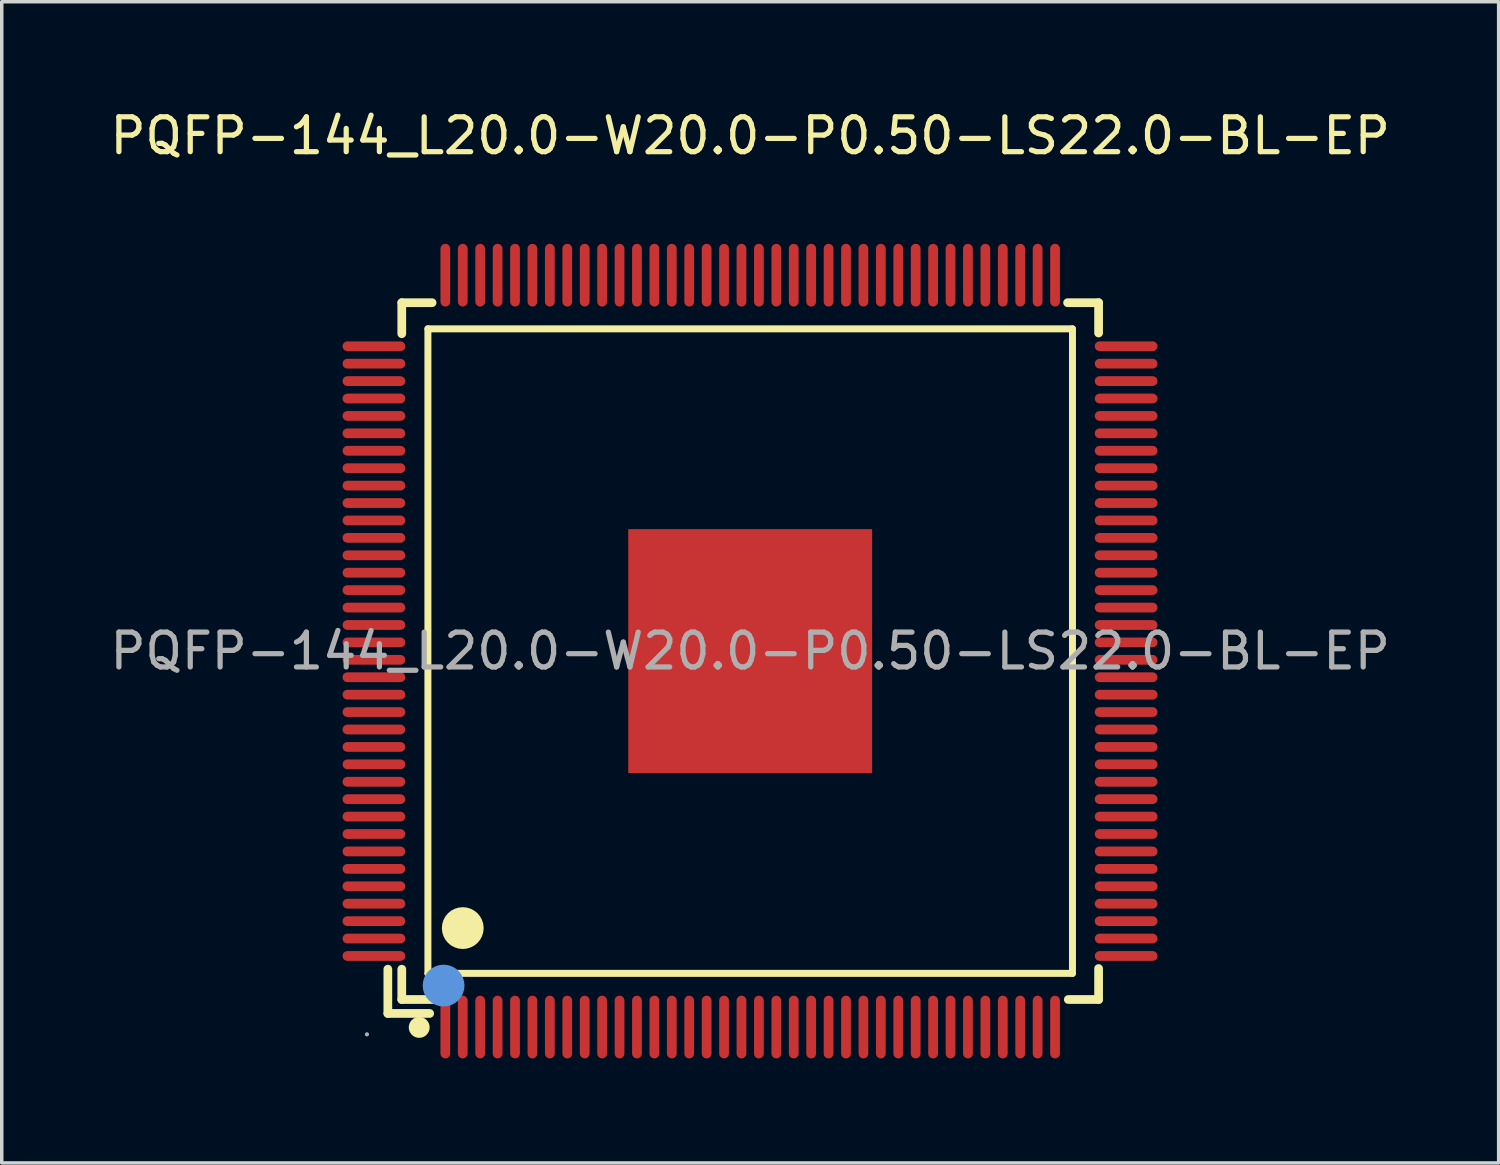
<source format=kicad_pcb>
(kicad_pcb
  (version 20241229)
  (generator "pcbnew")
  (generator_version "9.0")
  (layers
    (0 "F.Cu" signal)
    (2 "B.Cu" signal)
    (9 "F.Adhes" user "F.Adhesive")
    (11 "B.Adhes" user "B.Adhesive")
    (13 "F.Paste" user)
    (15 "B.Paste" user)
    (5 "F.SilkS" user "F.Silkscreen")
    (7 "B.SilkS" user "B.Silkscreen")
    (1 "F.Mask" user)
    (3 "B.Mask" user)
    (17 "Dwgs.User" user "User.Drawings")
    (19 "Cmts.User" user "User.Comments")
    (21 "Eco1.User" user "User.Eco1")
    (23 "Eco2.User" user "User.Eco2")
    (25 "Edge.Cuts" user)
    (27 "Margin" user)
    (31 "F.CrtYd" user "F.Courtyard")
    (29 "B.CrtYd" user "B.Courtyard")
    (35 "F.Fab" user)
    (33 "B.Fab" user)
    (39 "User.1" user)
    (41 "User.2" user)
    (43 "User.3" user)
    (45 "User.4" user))
  (footprint "PQFP-144_L20.0-W20.0-P0.50-LS22.0-BL-EP"
    (layer "F.Cu")
    (at 18.482 15.638)
    (property "Reference" "PQFP-144_L20.0-W20.0-P0.50-LS22.0-BL-EP" (at 0 -14.79 0) (layer "F.SilkS") (effects (font (size 1 1) (thickness 0.15))))
    (attr through_hole)
    (fp_line (start -10.4 9.13) (end -10.4 10.4) (stroke (width 0.25) (type solid)) (layer "F.SilkS"))
    (fp_line (start -10.4 10.4) (end -9.2 10.4) (stroke (width 0.25) (type solid)) (layer "F.SilkS"))
    (fp_line (start -10 -10) (end -10 -9.11) (stroke (width 0.25) (type solid)) (layer "F.SilkS"))
    (fp_line (start -10 9.13) (end -10 10) (stroke (width 0.25) (type solid)) (layer "F.SilkS"))
    (fp_line (start -10 10) (end -9.11 10) (stroke (width 0.25) (type solid)) (layer "F.SilkS"))
    (fp_line (start -9.25 -9.25) (end 9.25 -9.25) (stroke (width 0.2) (type solid)) (layer "F.SilkS"))
    (fp_line (start -9.25 9.25) (end -9.25 -9.25) (stroke (width 0.2) (type solid)) (layer "F.SilkS"))
    (fp_line (start -9.13 -10) (end -10 -10) (stroke (width 0.25) (type solid)) (layer "F.SilkS"))
    (fp_line (start 9.13 10) (end 10 10) (stroke (width 0.25) (type solid)) (layer "F.SilkS"))
    (fp_line (start 9.25 -9.25) (end 9.25 9.25) (stroke (width 0.2) (type solid)) (layer "F.SilkS"))
    (fp_line (start 9.25 9.25) (end -9.25 9.25) (stroke (width 0.2) (type solid)) (layer "F.SilkS"))
    (fp_line (start 10 -10) (end 9.11 -10) (stroke (width 0.25) (type solid)) (layer "F.SilkS"))
    (fp_line (start 10 -9.13) (end 10 -10) (stroke (width 0.25) (type solid)) (layer "F.SilkS"))
    (fp_line (start 10 10) (end 10 9.11) (stroke (width 0.25) (type solid)) (layer "F.SilkS"))
    (fp_arc (start -9.5 10.8) (mid -9.5 10.8) (end -9.5 10.8) (stroke (width 0.3) (type solid)) (layer "F.SilkS"))
    (fp_arc (start -8.25 7.95) (mid -8.25 7.95) (end -8.25 7.95) (stroke (width 0.6) (type solid)) (layer "F.SilkS"))
    (fp_circle (center -8.8 9.6) (end -8.5 9.6) (stroke (width 0.6) (type solid)) (fill no) (layer "Cmts.User"))
    (fp_circle (center -11 11) (end -10.97 11) (stroke (width 0.06) (type solid)) (fill no) (layer "F.Fab"))
    (fp_text user "${REFERENCE}" (at 0 0 0) (layer "F.Fab") (effects (font (size 1 1) (thickness 0.15))))
    (pad "1" smd oval (at -8.75 10.79 180) (size 0.28 1.8) (layers "F.Cu" "F.Mask" "F.Paste"))
    (pad "2" smd oval (at -8.25 10.79 180) (size 0.28 1.8) (layers "F.Cu" "F.Mask" "F.Paste"))
    (pad "3" smd oval (at -7.75 10.79 180) (size 0.28 1.8) (layers "F.Cu" "F.Mask" "F.Paste"))
    (pad "4" smd oval (at -7.25 10.79 180) (size 0.28 1.8) (layers "F.Cu" "F.Mask" "F.Paste"))
    (pad "5" smd oval (at -6.75 10.79 180) (size 0.28 1.8) (layers "F.Cu" "F.Mask" "F.Paste"))
    (pad "6" smd oval (at -6.25 10.79 180) (size 0.28 1.8) (layers "F.Cu" "F.Mask" "F.Paste"))
    (pad "7" smd oval (at -5.75 10.79 180) (size 0.28 1.8) (layers "F.Cu" "F.Mask" "F.Paste"))
    (pad "8" smd oval (at -5.25 10.79 180) (size 0.28 1.8) (layers "F.Cu" "F.Mask" "F.Paste"))
    (pad "9" smd oval (at -4.75 10.79 180) (size 0.28 1.8) (layers "F.Cu" "F.Mask" "F.Paste"))
    (pad "10" smd oval (at -4.25 10.79 180) (size 0.28 1.8) (layers "F.Cu" "F.Mask" "F.Paste"))
    (pad "11" smd oval (at -3.75 10.79 180) (size 0.28 1.8) (layers "F.Cu" "F.Mask" "F.Paste"))
    (pad "12" smd oval (at -3.25 10.79 180) (size 0.28 1.8) (layers "F.Cu" "F.Mask" "F.Paste"))
    (pad "13" smd oval (at -2.75 10.79 180) (size 0.28 1.8) (layers "F.Cu" "F.Mask" "F.Paste"))
    (pad "14" smd oval (at -2.25 10.79 180) (size 0.28 1.8) (layers "F.Cu" "F.Mask" "F.Paste"))
    (pad "15" smd oval (at -1.75 10.79 180) (size 0.28 1.8) (layers "F.Cu" "F.Mask" "F.Paste"))
    (pad "16" smd oval (at -1.25 10.79 180) (size 0.28 1.8) (layers "F.Cu" "F.Mask" "F.Paste"))
    (pad "17" smd oval (at -0.75 10.79 180) (size 0.28 1.8) (layers "F.Cu" "F.Mask" "F.Paste"))
    (pad "18" smd oval (at -0.25 10.79 180) (size 0.28 1.8) (layers "F.Cu" "F.Mask" "F.Paste"))
    (pad "19" smd oval (at 0.25 10.79 180) (size 0.28 1.8) (layers "F.Cu" "F.Mask" "F.Paste"))
    (pad "20" smd oval (at 0.75 10.79 180) (size 0.28 1.8) (layers "F.Cu" "F.Mask" "F.Paste"))
    (pad "21" smd oval (at 1.25 10.79 180) (size 0.28 1.8) (layers "F.Cu" "F.Mask" "F.Paste"))
    (pad "22" smd oval (at 1.75 10.79 180) (size 0.28 1.8) (layers "F.Cu" "F.Mask" "F.Paste"))
    (pad "23" smd oval (at 2.25 10.79 180) (size 0.28 1.8) (layers "F.Cu" "F.Mask" "F.Paste"))
    (pad "24" smd oval (at 2.75 10.79 180) (size 0.28 1.8) (layers "F.Cu" "F.Mask" "F.Paste"))
    (pad "25" smd oval (at 3.25 10.79 180) (size 0.28 1.8) (layers "F.Cu" "F.Mask" "F.Paste"))
    (pad "26" smd oval (at 3.75 10.79 180) (size 0.28 1.8) (layers "F.Cu" "F.Mask" "F.Paste"))
    (pad "27" smd oval (at 4.25 10.79 180) (size 0.28 1.8) (layers "F.Cu" "F.Mask" "F.Paste"))
    (pad "28" smd oval (at 4.75 10.79 180) (size 0.28 1.8) (layers "F.Cu" "F.Mask" "F.Paste"))
    (pad "29" smd oval (at 5.25 10.79 180) (size 0.28 1.8) (layers "F.Cu" "F.Mask" "F.Paste"))
    (pad "30" smd oval (at 5.75 10.79 180) (size 0.28 1.8) (layers "F.Cu" "F.Mask" "F.Paste"))
    (pad "31" smd oval (at 6.25 10.79 180) (size 0.28 1.8) (layers "F.Cu" "F.Mask" "F.Paste"))
    (pad "32" smd oval (at 6.75 10.79 180) (size 0.28 1.8) (layers "F.Cu" "F.Mask" "F.Paste"))
    (pad "33" smd oval (at 7.25 10.79 180) (size 0.28 1.8) (layers "F.Cu" "F.Mask" "F.Paste"))
    (pad "34" smd oval (at 7.75 10.79 180) (size 0.28 1.8) (layers "F.Cu" "F.Mask" "F.Paste"))
    (pad "35" smd oval (at 8.25 10.79 180) (size 0.28 1.8) (layers "F.Cu" "F.Mask" "F.Paste"))
    (pad "36" smd oval (at 8.75 10.79 180) (size 0.28 1.8) (layers "F.Cu" "F.Mask" "F.Paste"))
    (pad "37" smd oval (at 10.79 8.75 90) (size 0.28 1.8) (layers "F.Cu" "F.Mask" "F.Paste"))
    (pad "38" smd oval (at 10.79 8.25 90) (size 0.28 1.8) (layers "F.Cu" "F.Mask" "F.Paste"))
    (pad "39" smd oval (at 10.79 7.75 90) (size 0.28 1.8) (layers "F.Cu" "F.Mask" "F.Paste"))
    (pad "40" smd oval (at 10.79 7.25 90) (size 0.28 1.8) (layers "F.Cu" "F.Mask" "F.Paste"))
    (pad "41" smd oval (at 10.79 6.75 90) (size 0.28 1.8) (layers "F.Cu" "F.Mask" "F.Paste"))
    (pad "42" smd oval (at 10.79 6.25 90) (size 0.28 1.8) (layers "F.Cu" "F.Mask" "F.Paste"))
    (pad "43" smd oval (at 10.79 5.75 90) (size 0.28 1.8) (layers "F.Cu" "F.Mask" "F.Paste"))
    (pad "44" smd oval (at 10.79 5.25 90) (size 0.28 1.8) (layers "F.Cu" "F.Mask" "F.Paste"))
    (pad "45" smd oval (at 10.79 4.75 90) (size 0.28 1.8) (layers "F.Cu" "F.Mask" "F.Paste"))
    (pad "46" smd oval (at 10.79 4.25 90) (size 0.28 1.8) (layers "F.Cu" "F.Mask" "F.Paste"))
    (pad "47" smd oval (at 10.79 3.75 90) (size 0.28 1.8) (layers "F.Cu" "F.Mask" "F.Paste"))
    (pad "48" smd oval (at 10.79 3.25 90) (size 0.28 1.8) (layers "F.Cu" "F.Mask" "F.Paste"))
    (pad "49" smd oval (at 10.79 2.75 90) (size 0.28 1.8) (layers "F.Cu" "F.Mask" "F.Paste"))
    (pad "50" smd oval (at 10.79 2.25 90) (size 0.28 1.8) (layers "F.Cu" "F.Mask" "F.Paste"))
    (pad "51" smd oval (at 10.79 1.75 90) (size 0.28 1.8) (layers "F.Cu" "F.Mask" "F.Paste"))
    (pad "52" smd oval (at 10.79 1.25 90) (size 0.28 1.8) (layers "F.Cu" "F.Mask" "F.Paste"))
    (pad "53" smd oval (at 10.79 0.75 90) (size 0.28 1.8) (layers "F.Cu" "F.Mask" "F.Paste"))
    (pad "54" smd oval (at 10.79 0.25 90) (size 0.28 1.8) (layers "F.Cu" "F.Mask" "F.Paste"))
    (pad "55" smd oval (at 10.79 -0.25 90) (size 0.28 1.8) (layers "F.Cu" "F.Mask" "F.Paste"))
    (pad "56" smd oval (at 10.79 -0.75 90) (size 0.28 1.8) (layers "F.Cu" "F.Mask" "F.Paste"))
    (pad "57" smd oval (at 10.79 -1.25 90) (size 0.28 1.8) (layers "F.Cu" "F.Mask" "F.Paste"))
    (pad "58" smd oval (at 10.79 -1.75 90) (size 0.28 1.8) (layers "F.Cu" "F.Mask" "F.Paste"))
    (pad "59" smd oval (at 10.79 -2.25 90) (size 0.28 1.8) (layers "F.Cu" "F.Mask" "F.Paste"))
    (pad "60" smd oval (at 10.79 -2.75 90) (size 0.28 1.8) (layers "F.Cu" "F.Mask" "F.Paste"))
    (pad "61" smd oval (at 10.79 -3.25 90) (size 0.28 1.8) (layers "F.Cu" "F.Mask" "F.Paste"))
    (pad "62" smd oval (at 10.79 -3.75 90) (size 0.28 1.8) (layers "F.Cu" "F.Mask" "F.Paste"))
    (pad "63" smd oval (at 10.79 -4.25 90) (size 0.28 1.8) (layers "F.Cu" "F.Mask" "F.Paste"))
    (pad "64" smd oval (at 10.79 -4.75 90) (size 0.28 1.8) (layers "F.Cu" "F.Mask" "F.Paste"))
    (pad "65" smd oval (at 10.79 -5.25 90) (size 0.28 1.8) (layers "F.Cu" "F.Mask" "F.Paste"))
    (pad "66" smd oval (at 10.79 -5.75 90) (size 0.28 1.8) (layers "F.Cu" "F.Mask" "F.Paste"))
    (pad "67" smd oval (at 10.79 -6.25 90) (size 0.28 1.8) (layers "F.Cu" "F.Mask" "F.Paste"))
    (pad "68" smd oval (at 10.79 -6.75 90) (size 0.28 1.8) (layers "F.Cu" "F.Mask" "F.Paste"))
    (pad "69" smd oval (at 10.79 -7.25 90) (size 0.28 1.8) (layers "F.Cu" "F.Mask" "F.Paste"))
    (pad "70" smd oval (at 10.79 -7.75 90) (size 0.28 1.8) (layers "F.Cu" "F.Mask" "F.Paste"))
    (pad "71" smd oval (at 10.79 -8.25 90) (size 0.28 1.8) (layers "F.Cu" "F.Mask" "F.Paste"))
    (pad "72" smd oval (at 10.79 -8.75 90) (size 0.28 1.8) (layers "F.Cu" "F.Mask" "F.Paste"))
    (pad "73" smd oval (at 8.75 -10.79 180) (size 0.28 1.8) (layers "F.Cu" "F.Mask" "F.Paste"))
    (pad "74" smd oval (at 8.25 -10.79 180) (size 0.28 1.8) (layers "F.Cu" "F.Mask" "F.Paste"))
    (pad "75" smd oval (at 7.75 -10.79 180) (size 0.28 1.8) (layers "F.Cu" "F.Mask" "F.Paste"))
    (pad "76" smd oval (at 7.25 -10.79 180) (size 0.28 1.8) (layers "F.Cu" "F.Mask" "F.Paste"))
    (pad "77" smd oval (at 6.75 -10.79 180) (size 0.28 1.8) (layers "F.Cu" "F.Mask" "F.Paste"))
    (pad "78" smd oval (at 6.25 -10.79 180) (size 0.28 1.8) (layers "F.Cu" "F.Mask" "F.Paste"))
    (pad "79" smd oval (at 5.75 -10.79 180) (size 0.28 1.8) (layers "F.Cu" "F.Mask" "F.Paste"))
    (pad "80" smd oval (at 5.25 -10.79 180) (size 0.28 1.8) (layers "F.Cu" "F.Mask" "F.Paste"))
    (pad "81" smd oval (at 4.75 -10.79 180) (size 0.28 1.8) (layers "F.Cu" "F.Mask" "F.Paste"))
    (pad "82" smd oval (at 4.25 -10.79 180) (size 0.28 1.8) (layers "F.Cu" "F.Mask" "F.Paste"))
    (pad "83" smd oval (at 3.75 -10.79 180) (size 0.28 1.8) (layers "F.Cu" "F.Mask" "F.Paste"))
    (pad "84" smd oval (at 3.25 -10.79 180) (size 0.28 1.8) (layers "F.Cu" "F.Mask" "F.Paste"))
    (pad "85" smd oval (at 2.75 -10.79 180) (size 0.28 1.8) (layers "F.Cu" "F.Mask" "F.Paste"))
    (pad "86" smd oval (at 2.25 -10.79 180) (size 0.28 1.8) (layers "F.Cu" "F.Mask" "F.Paste"))
    (pad "87" smd oval (at 1.75 -10.79 180) (size 0.28 1.8) (layers "F.Cu" "F.Mask" "F.Paste"))
    (pad "88" smd oval (at 1.25 -10.79 180) (size 0.28 1.8) (layers "F.Cu" "F.Mask" "F.Paste"))
    (pad "89" smd oval (at 0.75 -10.79 180) (size 0.28 1.8) (layers "F.Cu" "F.Mask" "F.Paste"))
    (pad "90" smd oval (at 0.25 -10.79 180) (size 0.28 1.8) (layers "F.Cu" "F.Mask" "F.Paste"))
    (pad "91" smd oval (at -0.25 -10.79 180) (size 0.28 1.8) (layers "F.Cu" "F.Mask" "F.Paste"))
    (pad "92" smd oval (at -0.75 -10.79 180) (size 0.28 1.8) (layers "F.Cu" "F.Mask" "F.Paste"))
    (pad "93" smd oval (at -1.25 -10.79 180) (size 0.28 1.8) (layers "F.Cu" "F.Mask" "F.Paste"))
    (pad "94" smd oval (at -1.75 -10.79 180) (size 0.28 1.8) (layers "F.Cu" "F.Mask" "F.Paste"))
    (pad "95" smd oval (at -2.25 -10.79 180) (size 0.28 1.8) (layers "F.Cu" "F.Mask" "F.Paste"))
    (pad "96" smd oval (at -2.75 -10.79 180) (size 0.28 1.8) (layers "F.Cu" "F.Mask" "F.Paste"))
    (pad "97" smd oval (at -3.25 -10.79 180) (size 0.28 1.8) (layers "F.Cu" "F.Mask" "F.Paste"))
    (pad "98" smd oval (at -3.75 -10.79 180) (size 0.28 1.8) (layers "F.Cu" "F.Mask" "F.Paste"))
    (pad "99" smd oval (at -4.25 -10.79 180) (size 0.28 1.8) (layers "F.Cu" "F.Mask" "F.Paste"))
    (pad "100" smd oval (at -4.75 -10.79 180) (size 0.28 1.8) (layers "F.Cu" "F.Mask" "F.Paste"))
    (pad "101" smd oval (at -5.25 -10.79 180) (size 0.28 1.8) (layers "F.Cu" "F.Mask" "F.Paste"))
    (pad "102" smd oval (at -5.75 -10.79 180) (size 0.28 1.8) (layers "F.Cu" "F.Mask" "F.Paste"))
    (pad "103" smd oval (at -6.25 -10.79 180) (size 0.28 1.8) (layers "F.Cu" "F.Mask" "F.Paste"))
    (pad "104" smd oval (at -6.75 -10.79 180) (size 0.28 1.8) (layers "F.Cu" "F.Mask" "F.Paste"))
    (pad "105" smd oval (at -7.25 -10.79 180) (size 0.28 1.8) (layers "F.Cu" "F.Mask" "F.Paste"))
    (pad "106" smd oval (at -7.75 -10.79 180) (size 0.28 1.8) (layers "F.Cu" "F.Mask" "F.Paste"))
    (pad "107" smd oval (at -8.25 -10.79 180) (size 0.28 1.8) (layers "F.Cu" "F.Mask" "F.Paste"))
    (pad "108" smd oval (at -8.75 -10.79 180) (size 0.28 1.8) (layers "F.Cu" "F.Mask" "F.Paste"))
    (pad "109" smd oval (at -10.8 -8.75 90) (size 0.28 1.8) (layers "F.Cu" "F.Mask" "F.Paste"))
    (pad "110" smd oval (at -10.8 -8.25 90) (size 0.28 1.8) (layers "F.Cu" "F.Mask" "F.Paste"))
    (pad "111" smd oval (at -10.8 -7.75 90) (size 0.28 1.8) (layers "F.Cu" "F.Mask" "F.Paste"))
    (pad "112" smd oval (at -10.8 -7.25 90) (size 0.28 1.8) (layers "F.Cu" "F.Mask" "F.Paste"))
    (pad "113" smd oval (at -10.8 -6.75 90) (size 0.28 1.8) (layers "F.Cu" "F.Mask" "F.Paste"))
    (pad "114" smd oval (at -10.8 -6.25 90) (size 0.28 1.8) (layers "F.Cu" "F.Mask" "F.Paste"))
    (pad "115" smd oval (at -10.8 -5.75 90) (size 0.28 1.8) (layers "F.Cu" "F.Mask" "F.Paste"))
    (pad "116" smd oval (at -10.8 -5.25 90) (size 0.28 1.8) (layers "F.Cu" "F.Mask" "F.Paste"))
    (pad "117" smd oval (at -10.8 -4.75 90) (size 0.28 1.8) (layers "F.Cu" "F.Mask" "F.Paste"))
    (pad "118" smd oval (at -10.8 -4.25 90) (size 0.28 1.8) (layers "F.Cu" "F.Mask" "F.Paste"))
    (pad "119" smd oval (at -10.8 -3.75 90) (size 0.28 1.8) (layers "F.Cu" "F.Mask" "F.Paste"))
    (pad "120" smd oval (at -10.8 -3.25 90) (size 0.28 1.8) (layers "F.Cu" "F.Mask" "F.Paste"))
    (pad "121" smd oval (at -10.8 -2.75 90) (size 0.28 1.8) (layers "F.Cu" "F.Mask" "F.Paste"))
    (pad "122" smd oval (at -10.8 -2.25 90) (size 0.28 1.8) (layers "F.Cu" "F.Mask" "F.Paste"))
    (pad "123" smd oval (at -10.8 -1.75 90) (size 0.28 1.8) (layers "F.Cu" "F.Mask" "F.Paste"))
    (pad "124" smd oval (at -10.8 -1.25 90) (size 0.28 1.8) (layers "F.Cu" "F.Mask" "F.Paste"))
    (pad "125" smd oval (at -10.8 -0.75 90) (size 0.28 1.8) (layers "F.Cu" "F.Mask" "F.Paste"))
    (pad "126" smd oval (at -10.8 -0.25 90) (size 0.28 1.8) (layers "F.Cu" "F.Mask" "F.Paste"))
    (pad "127" smd oval (at -10.8 0.25 90) (size 0.28 1.8) (layers "F.Cu" "F.Mask" "F.Paste"))
    (pad "128" smd oval (at -10.8 0.75 90) (size 0.28 1.8) (layers "F.Cu" "F.Mask" "F.Paste"))
    (pad "129" smd oval (at -10.8 1.25 90) (size 0.28 1.8) (layers "F.Cu" "F.Mask" "F.Paste"))
    (pad "130" smd oval (at -10.8 1.75 90) (size 0.28 1.8) (layers "F.Cu" "F.Mask" "F.Paste"))
    (pad "131" smd oval (at -10.8 2.25 90) (size 0.28 1.8) (layers "F.Cu" "F.Mask" "F.Paste"))
    (pad "132" smd oval (at -10.8 2.75 90) (size 0.28 1.8) (layers "F.Cu" "F.Mask" "F.Paste"))
    (pad "133" smd oval (at -10.8 3.25 90) (size 0.28 1.8) (layers "F.Cu" "F.Mask" "F.Paste"))
    (pad "134" smd oval (at -10.8 3.75 90) (size 0.28 1.8) (layers "F.Cu" "F.Mask" "F.Paste"))
    (pad "135" smd oval (at -10.8 4.25 90) (size 0.28 1.8) (layers "F.Cu" "F.Mask" "F.Paste"))
    (pad "136" smd oval (at -10.8 4.75 90) (size 0.28 1.8) (layers "F.Cu" "F.Mask" "F.Paste"))
    (pad "137" smd oval (at -10.8 5.25 90) (size 0.28 1.8) (layers "F.Cu" "F.Mask" "F.Paste"))
    (pad "138" smd oval (at -10.8 5.75 90) (size 0.28 1.8) (layers "F.Cu" "F.Mask" "F.Paste"))
    (pad "139" smd oval (at -10.8 6.25 90) (size 0.28 1.8) (layers "F.Cu" "F.Mask" "F.Paste"))
    (pad "140" smd oval (at -10.8 6.75 90) (size 0.28 1.8) (layers "F.Cu" "F.Mask" "F.Paste"))
    (pad "141" smd oval (at -10.8 7.25 90) (size 0.28 1.8) (layers "F.Cu" "F.Mask" "F.Paste"))
    (pad "142" smd oval (at -10.8 7.75 90) (size 0.28 1.8) (layers "F.Cu" "F.Mask" "F.Paste"))
    (pad "143" smd oval (at -10.8 8.25 90) (size 0.28 1.8) (layers "F.Cu" "F.Mask" "F.Paste"))
    (pad "144" smd oval (at -10.8 8.75 90) (size 0.28 1.8) (layers "F.Cu" "F.Mask" "F.Paste"))
    (pad "145" smd rect (at 0 0 90) (size 7 7) (layers "F.Cu" "F.Mask" "F.Paste")))
  (gr_rect
    (start -3 -3)
    (end 39.964 30.328)
    (stroke (width 0.1) (type default))
    (fill no)
    (layer "Edge.Cuts")))
</source>
